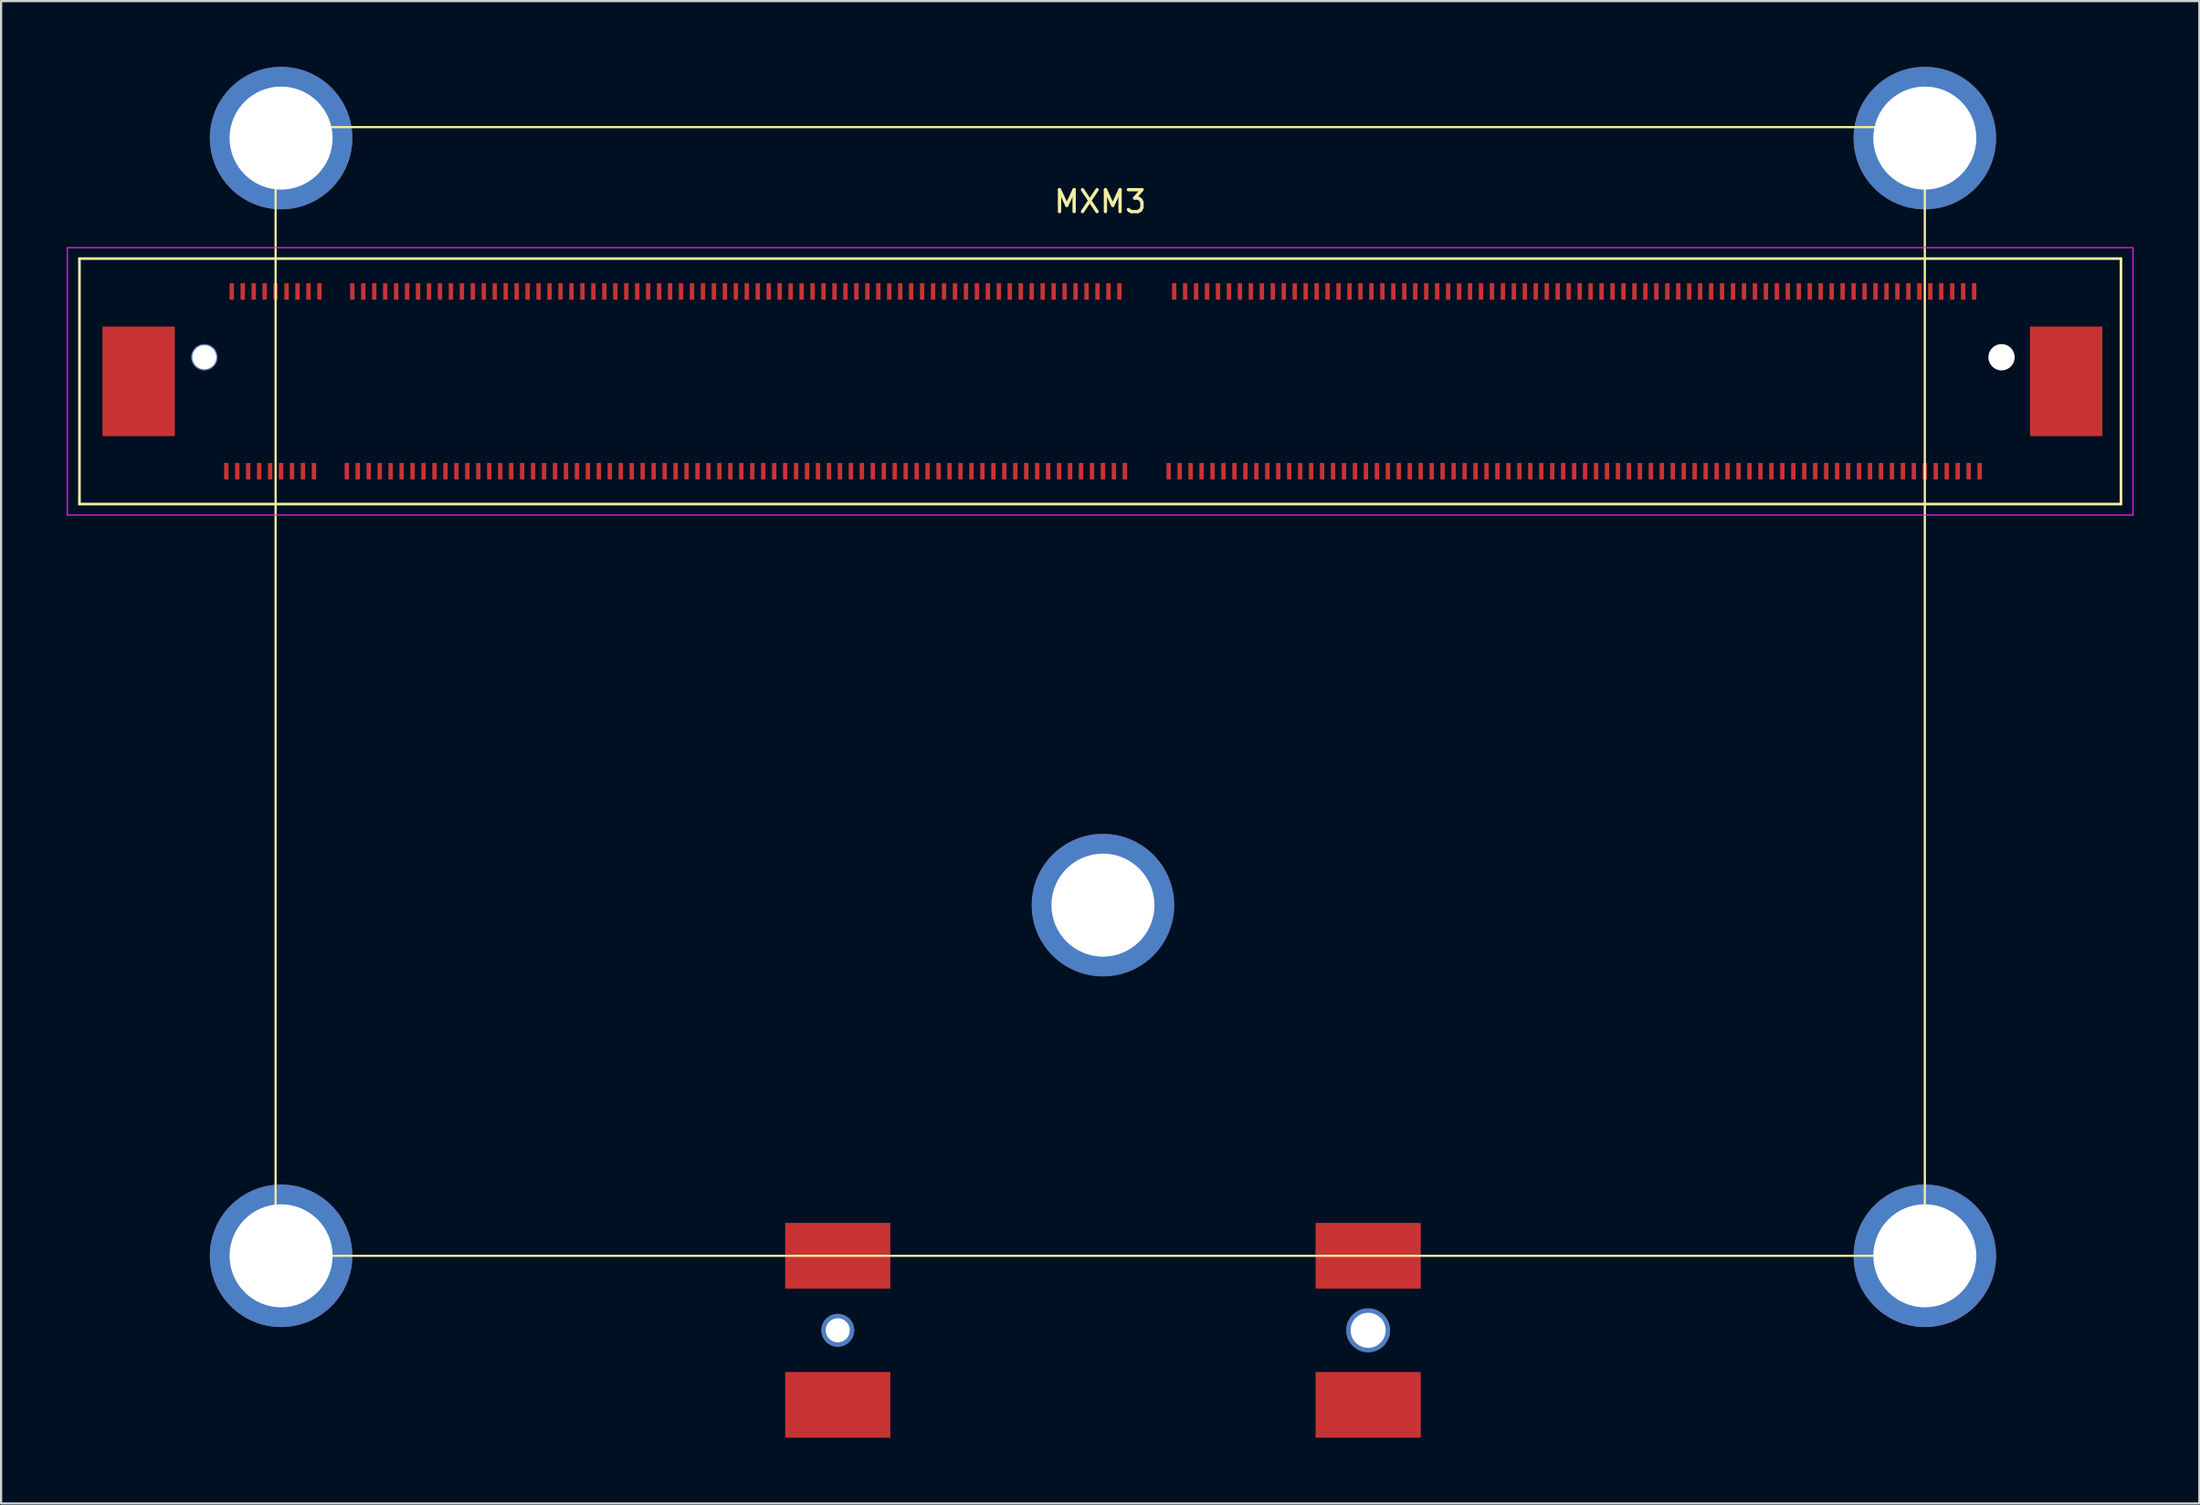
<source format=kicad_pcb>
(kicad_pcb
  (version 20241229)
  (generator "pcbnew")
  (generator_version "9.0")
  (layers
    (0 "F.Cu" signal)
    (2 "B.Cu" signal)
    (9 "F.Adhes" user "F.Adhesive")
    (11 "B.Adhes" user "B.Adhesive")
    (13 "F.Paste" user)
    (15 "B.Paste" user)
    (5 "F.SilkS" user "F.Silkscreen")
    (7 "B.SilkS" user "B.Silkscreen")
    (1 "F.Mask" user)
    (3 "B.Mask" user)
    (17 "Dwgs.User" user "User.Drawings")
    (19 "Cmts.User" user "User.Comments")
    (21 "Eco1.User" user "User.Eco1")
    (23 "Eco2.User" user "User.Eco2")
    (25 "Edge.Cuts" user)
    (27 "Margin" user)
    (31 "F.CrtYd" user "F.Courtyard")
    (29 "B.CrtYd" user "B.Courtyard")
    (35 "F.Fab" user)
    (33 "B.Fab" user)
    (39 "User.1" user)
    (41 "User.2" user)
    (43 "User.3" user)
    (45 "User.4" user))
  (footprint "MXM3"
    (layer "F.Cu")
    (at 7.025 10.25)
    (property "Reference" "MXM3" (at 40.125 -4.1 0) (layer "F.SilkS") (effects (font (size 1 1) (thickness 0.15))))
    (attr through_hole)
    (fp_line (start -6.45 -1.5) (end -6.45 9.7) (stroke (width 0.12) (type solid)) (layer "F.SilkS"))
    (fp_line (start -6.45 9.7) (end 86.7 9.7) (stroke (width 0.12) (type solid)) (layer "F.SilkS"))
    (fp_line (start 2.5 -7.5) (end 2.5 44) (stroke (width 0.1) (type solid)) (layer "F.SilkS"))
    (fp_line (start 2.75 44) (end 77.75 44) (stroke (width 0.1) (type solid)) (layer "F.SilkS"))
    (fp_line (start 77.75 -7.5) (end 2.5 -7.5) (stroke (width 0.1) (type solid)) (layer "F.SilkS"))
    (fp_line (start 77.75 44) (end 77.75 -7.5) (stroke (width 0.1) (type solid)) (layer "F.SilkS"))
    (fp_line (start 86.7 -1.5) (end -6.45 -1.5) (stroke (width 0.12) (type solid)) (layer "F.SilkS"))
    (fp_line (start 86.7 9.7) (end 86.7 -1.5) (stroke (width 0.12) (type solid)) (layer "F.SilkS"))
    (fp_line (start -7 -2) (end -7 10.2) (stroke (width 0.05) (type solid)) (layer "F.CrtYd"))
    (fp_line (start -7 10.2) (end 87.25 10.2) (stroke (width 0.05) (type solid)) (layer "F.CrtYd"))
    (fp_line (start 87.25 -2) (end -7 -2) (stroke (width 0.05) (type solid)) (layer "F.CrtYd"))
    (fp_line (start 87.25 10.2) (end 87.25 -2) (stroke (width 0.05) (type solid)) (layer "F.CrtYd"))
    (pad "" np_thru_hole circle (at -0.75 3) (size 1.2 1.2) (drill 1.1) (layers "*.Cu" "*.Mask"))
    (pad "" np_thru_hole circle (at 28.15 47.4) (size 1.5 1.5) (drill 1.1) (layers "*.Cu" "*.Mask"))
    (pad "" np_thru_hole circle (at 52.35 47.4) (size 2 2) (drill 1.6) (layers "*.Cu" "*.Mask"))
    (pad "" np_thru_hole circle (at 81.25 3) (size 1.2 1.2) (drill 1.6) (layers "*.Cu" "*.Mask"))
    (pad "0" smd rect (at -3.75 4.1) (size 3.3 5) (layers "F.Cu" "F.Mask" "F.Paste"))
    (pad "0" smd rect (at 84.2 4.1) (size 3.3 5) (layers "F.Cu" "F.Mask" "F.Paste"))
    (pad "1" smd rect (at 0.25 8.2) (size 0.2 0.75) (layers "F.Cu" "F.Mask" "F.Paste"))
    (pad "2" smd rect (at 0.5 0) (size 0.2 0.75) (layers "F.Cu" "F.Mask" "F.Paste"))
    (pad "3" smd rect (at 0.75 8.2) (size 0.2 0.75) (layers "F.Cu" "F.Mask" "F.Paste"))
    (pad "4" smd rect (at 1 0) (size 0.2 0.75) (layers "F.Cu" "F.Mask" "F.Paste"))
    (pad "5" smd rect (at 1.25 8.2) (size 0.2 0.75) (layers "F.Cu" "F.Mask" "F.Paste"))
    (pad "6" smd rect (at 1.5 0) (size 0.2 0.75) (layers "F.Cu" "F.Mask" "F.Paste"))
    (pad "7" smd rect (at 1.75 8.2) (size 0.2 0.75) (layers "F.Cu" "F.Mask" "F.Paste"))
    (pad "8" smd rect (at 2 0) (size 0.2 0.75) (layers "F.Cu" "F.Mask" "F.Paste"))
    (pad "9" smd rect (at 2.25 8.2) (size 0.2 0.75) (layers "F.Cu" "F.Mask" "F.Paste"))
    (pad "9" thru_hole circle (at 2.75 -7) (size 6.5 6.5) (drill 4.7) (layers "*.Cu" "*.Mask"))
    (pad "9" thru_hole circle (at 2.75 44) (size 6.5 6.5) (drill 4.7) (layers "*.Cu" "*.Mask"))
    (pad "9" thru_hole circle (at 40.25 28) (size 6.5 6.5) (drill 4.7) (layers "*.Cu" "*.Mask"))
    (pad "9" thru_hole circle (at 77.75 -7) (size 6.5 6.5) (drill 4.7) (layers "*.Cu" "*.Mask"))
    (pad "9" thru_hole circle (at 77.75 44) (size 6.5 6.5) (drill 4.7) (layers "*.Cu" "*.Mask"))
    (pad "10" smd rect (at 2.5 0) (size 0.2 0.75) (layers "F.Cu" "F.Mask" "F.Paste"))
    (pad "11" smd rect (at 2.75 8.2) (size 0.2 0.75) (layers "F.Cu" "F.Mask" "F.Paste"))
    (pad "12" smd rect (at 3 0) (size 0.2 0.75) (layers "F.Cu" "F.Mask" "F.Paste"))
    (pad "13" smd rect (at 3.25 8.2) (size 0.2 0.75) (layers "F.Cu" "F.Mask" "F.Paste"))
    (pad "14" smd rect (at 3.5 0) (size 0.2 0.75) (layers "F.Cu" "F.Mask" "F.Paste"))
    (pad "15" smd rect (at 3.75 8.2) (size 0.2 0.75) (layers "F.Cu" "F.Mask" "F.Paste"))
    (pad "16" smd rect (at 4 0) (size 0.2 0.75) (layers "F.Cu" "F.Mask" "F.Paste"))
    (pad "17" smd rect (at 4.25 8.2) (size 0.2 0.75) (layers "F.Cu" "F.Mask" "F.Paste"))
    (pad "18" smd rect (at 4.5 0) (size 0.2 0.75) (layers "F.Cu" "F.Mask" "F.Paste"))
    (pad "23" smd rect (at 5.75 8.2) (size 0.2 0.75) (layers "F.Cu" "F.Mask" "F.Paste"))
    (pad "24" smd rect (at 6 0) (size 0.2 0.75) (layers "F.Cu" "F.Mask" "F.Paste"))
    (pad "25" smd rect (at 6.25 8.2) (size 0.2 0.75) (layers "F.Cu" "F.Mask" "F.Paste"))
    (pad "26" smd rect (at 6.5 0) (size 0.2 0.75) (layers "F.Cu" "F.Mask" "F.Paste"))
    (pad "27" smd rect (at 6.75 8.2) (size 0.2 0.75) (layers "F.Cu" "F.Mask" "F.Paste"))
    (pad "28" smd rect (at 7 0) (size 0.2 0.75) (layers "F.Cu" "F.Mask" "F.Paste"))
    (pad "29" smd rect (at 7.25 8.2) (size 0.2 0.75) (layers "F.Cu" "F.Mask" "F.Paste"))
    (pad "30" smd rect (at 7.5 0) (size 0.2 0.75) (layers "F.Cu" "F.Mask" "F.Paste"))
    (pad "31" smd rect (at 7.75 8.2) (size 0.2 0.75) (layers "F.Cu" "F.Mask" "F.Paste"))
    (pad "32" smd rect (at 8 0) (size 0.2 0.75) (layers "F.Cu" "F.Mask" "F.Paste"))
    (pad "33" smd rect (at 8.25 8.2) (size 0.2 0.75) (layers "F.Cu" "F.Mask" "F.Paste"))
    (pad "34" smd rect (at 8.5 0) (size 0.2 0.75) (layers "F.Cu" "F.Mask" "F.Paste"))
    (pad "35" smd rect (at 8.75 8.2) (size 0.2 0.75) (layers "F.Cu" "F.Mask" "F.Paste"))
    (pad "36" smd rect (at 9 0) (size 0.2 0.75) (layers "F.Cu" "F.Mask" "F.Paste"))
    (pad "37" smd rect (at 9.25 8.2) (size 0.2 0.75) (layers "F.Cu" "F.Mask" "F.Paste"))
    (pad "38" smd rect (at 9.5 0) (size 0.2 0.75) (layers "F.Cu" "F.Mask" "F.Paste"))
    (pad "39" smd rect (at 9.75 8.2) (size 0.2 0.75) (layers "F.Cu" "F.Mask" "F.Paste"))
    (pad "40" smd rect (at 10 0) (size 0.2 0.75) (layers "F.Cu" "F.Mask" "F.Paste"))
    (pad "41" smd rect (at 10.25 8.2) (size 0.2 0.75) (layers "F.Cu" "F.Mask" "F.Paste"))
    (pad "42" smd rect (at 10.5 0) (size 0.2 0.75) (layers "F.Cu" "F.Mask" "F.Paste"))
    (pad "43" smd rect (at 10.75 8.2) (size 0.2 0.75) (layers "F.Cu" "F.Mask" "F.Paste"))
    (pad "44" smd rect (at 11 0) (size 0.2 0.75) (layers "F.Cu" "F.Mask" "F.Paste"))
    (pad "45" smd rect (at 11.25 8.2) (size 0.2 0.75) (layers "F.Cu" "F.Mask" "F.Paste"))
    (pad "46" smd rect (at 11.5 0) (size 0.2 0.75) (layers "F.Cu" "F.Mask" "F.Paste"))
    (pad "47" smd rect (at 11.75 8.2) (size 0.2 0.75) (layers "F.Cu" "F.Mask" "F.Paste"))
    (pad "48" smd rect (at 12 0) (size 0.2 0.75) (layers "F.Cu" "F.Mask" "F.Paste"))
    (pad "49" smd rect (at 12.25 8.2) (size 0.2 0.75) (layers "F.Cu" "F.Mask" "F.Paste"))
    (pad "50" smd rect (at 12.5 0) (size 0.2 0.75) (layers "F.Cu" "F.Mask" "F.Paste"))
    (pad "51" smd rect (at 12.75 8.2) (size 0.2 0.75) (layers "F.Cu" "F.Mask" "F.Paste"))
    (pad "52" smd rect (at 13 0) (size 0.2 0.75) (layers "F.Cu" "F.Mask" "F.Paste"))
    (pad "53" smd rect (at 13.25 8.2) (size 0.2 0.75) (layers "F.Cu" "F.Mask" "F.Paste"))
    (pad "54" smd rect (at 13.5 0) (size 0.2 0.75) (layers "F.Cu" "F.Mask" "F.Paste"))
    (pad "55" smd rect (at 13.75 8.2) (size 0.2 0.75) (layers "F.Cu" "F.Mask" "F.Paste"))
    (pad "56" smd rect (at 14 0) (size 0.2 0.75) (layers "F.Cu" "F.Mask" "F.Paste"))
    (pad "57" smd rect (at 14.25 8.2) (size 0.2 0.75) (layers "F.Cu" "F.Mask" "F.Paste"))
    (pad "58" smd rect (at 14.5 0) (size 0.2 0.75) (layers "F.Cu" "F.Mask" "F.Paste"))
    (pad "59" smd rect (at 14.75 8.2) (size 0.2 0.75) (layers "F.Cu" "F.Mask" "F.Paste"))
    (pad "60" smd rect (at 15 0) (size 0.2 0.75) (layers "F.Cu" "F.Mask" "F.Paste"))
    (pad "61" smd rect (at 15.25 8.2) (size 0.2 0.75) (layers "F.Cu" "F.Mask" "F.Paste"))
    (pad "62" smd rect (at 15.5 0) (size 0.2 0.75) (layers "F.Cu" "F.Mask" "F.Paste"))
    (pad "63" smd rect (at 15.75 8.2) (size 0.2 0.75) (layers "F.Cu" "F.Mask" "F.Paste"))
    (pad "64" smd rect (at 16 0) (size 0.2 0.75) (layers "F.Cu" "F.Mask" "F.Paste"))
    (pad "65" smd rect (at 16.25 8.2) (size 0.2 0.75) (layers "F.Cu" "F.Mask" "F.Paste"))
    (pad "66" smd rect (at 16.5 0) (size 0.2 0.75) (layers "F.Cu" "F.Mask" "F.Paste"))
    (pad "67" smd rect (at 16.75 8.2) (size 0.2 0.75) (layers "F.Cu" "F.Mask" "F.Paste"))
    (pad "68" smd rect (at 17 0) (size 0.2 0.75) (layers "F.Cu" "F.Mask" "F.Paste"))
    (pad "69" smd rect (at 17.25 8.2) (size 0.2 0.75) (layers "F.Cu" "F.Mask" "F.Paste"))
    (pad "70" smd rect (at 17.5 0) (size 0.2 0.75) (layers "F.Cu" "F.Mask" "F.Paste"))
    (pad "71" smd rect (at 17.75 8.2) (size 0.2 0.75) (layers "F.Cu" "F.Mask" "F.Paste"))
    (pad "72" smd rect (at 18 0) (size 0.2 0.75) (layers "F.Cu" "F.Mask" "F.Paste"))
    (pad "73" smd rect (at 18.25 8.2) (size 0.2 0.75) (layers "F.Cu" "F.Mask" "F.Paste"))
    (pad "74" smd rect (at 18.5 0) (size 0.2 0.75) (layers "F.Cu" "F.Mask" "F.Paste"))
    (pad "75" smd rect (at 18.75 8.2) (size 0.2 0.75) (layers "F.Cu" "F.Mask" "F.Paste"))
    (pad "76" smd rect (at 19 0) (size 0.2 0.75) (layers "F.Cu" "F.Mask" "F.Paste"))
    (pad "77" smd rect (at 19.25 8.2) (size 0.2 0.75) (layers "F.Cu" "F.Mask" "F.Paste"))
    (pad "78" smd rect (at 19.5 0) (size 0.2 0.75) (layers "F.Cu" "F.Mask" "F.Paste"))
    (pad "79" smd rect (at 19.75 8.2) (size 0.2 0.75) (layers "F.Cu" "F.Mask" "F.Paste"))
    (pad "80" smd rect (at 20 0) (size 0.2 0.75) (layers "F.Cu" "F.Mask" "F.Paste"))
    (pad "81" smd rect (at 20.25 8.2) (size 0.2 0.75) (layers "F.Cu" "F.Mask" "F.Paste"))
    (pad "82" smd rect (at 20.5 0) (size 0.2 0.75) (layers "F.Cu" "F.Mask" "F.Paste"))
    (pad "83" smd rect (at 20.75 8.2) (size 0.2 0.75) (layers "F.Cu" "F.Mask" "F.Paste"))
    (pad "84" smd rect (at 21 0) (size 0.2 0.75) (layers "F.Cu" "F.Mask" "F.Paste"))
    (pad "85" smd rect (at 21.25 8.2) (size 0.2 0.75) (layers "F.Cu" "F.Mask" "F.Paste"))
    (pad "86" smd rect (at 21.5 0) (size 0.2 0.75) (layers "F.Cu" "F.Mask" "F.Paste"))
    (pad "87" smd rect (at 21.75 8.2) (size 0.2 0.75) (layers "F.Cu" "F.Mask" "F.Paste"))
    (pad "88" smd rect (at 22 0) (size 0.2 0.75) (layers "F.Cu" "F.Mask" "F.Paste"))
    (pad "89" smd rect (at 22.25 8.2) (size 0.2 0.75) (layers "F.Cu" "F.Mask" "F.Paste"))
    (pad "90" smd rect (at 22.5 0) (size 0.2 0.75) (layers "F.Cu" "F.Mask" "F.Paste"))
    (pad "91" smd rect (at 22.75 8.2) (size 0.2 0.75) (layers "F.Cu" "F.Mask" "F.Paste"))
    (pad "92" smd rect (at 23 0) (size 0.2 0.75) (layers "F.Cu" "F.Mask" "F.Paste"))
    (pad "93" smd rect (at 23.25 8.2) (size 0.2 0.75) (layers "F.Cu" "F.Mask" "F.Paste"))
    (pad "94" smd rect (at 23.5 0) (size 0.2 0.75) (layers "F.Cu" "F.Mask" "F.Paste"))
    (pad "95" smd rect (at 23.75 8.2) (size 0.2 0.75) (layers "F.Cu" "F.Mask" "F.Paste"))
    (pad "96" smd rect (at 24 0) (size 0.2 0.75) (layers "F.Cu" "F.Mask" "F.Paste"))
    (pad "97" smd rect (at 24.25 8.2) (size 0.2 0.75) (layers "F.Cu" "F.Mask" "F.Paste"))
    (pad "98" smd rect (at 24.5 0) (size 0.2 0.75) (layers "F.Cu" "F.Mask" "F.Paste"))
    (pad "99" smd rect (at 24.75 8.2) (size 0.2 0.75) (layers "F.Cu" "F.Mask" "F.Paste"))
    (pad "100" smd rect (at 25 0) (size 0.2 0.75) (layers "F.Cu" "F.Mask" "F.Paste"))
    (pad "101" smd rect (at 25.25 8.2) (size 0.2 0.75) (layers "F.Cu" "F.Mask" "F.Paste"))
    (pad "102" smd rect (at 25.5 0) (size 0.2 0.75) (layers "F.Cu" "F.Mask" "F.Paste"))
    (pad "103" smd rect (at 25.75 8.2) (size 0.2 0.75) (layers "F.Cu" "F.Mask" "F.Paste"))
    (pad "104" smd rect (at 26 0) (size 0.2 0.75) (layers "F.Cu" "F.Mask" "F.Paste"))
    (pad "105" smd rect (at 26.25 8.2) (size 0.2 0.75) (layers "F.Cu" "F.Mask" "F.Paste"))
    (pad "106" smd rect (at 26.5 0) (size 0.2 0.75) (layers "F.Cu" "F.Mask" "F.Paste"))
    (pad "107" smd rect (at 26.75 8.2) (size 0.2 0.75) (layers "F.Cu" "F.Mask" "F.Paste"))
    (pad "108" smd rect (at 27 0) (size 0.2 0.75) (layers "F.Cu" "F.Mask" "F.Paste"))
    (pad "109" smd rect (at 27.25 8.2) (size 0.2 0.75) (layers "F.Cu" "F.Mask" "F.Paste"))
    (pad "110" smd rect (at 27.5 0) (size 0.2 0.75) (layers "F.Cu" "F.Mask" "F.Paste"))
    (pad "111" smd rect (at 27.75 8.2) (size 0.2 0.75) (layers "F.Cu" "F.Mask" "F.Paste"))
    (pad "112" smd rect (at 28 0) (size 0.2 0.75) (layers "F.Cu" "F.Mask" "F.Paste"))
    (pad "113" smd rect (at 28.25 8.2) (size 0.2 0.75) (layers "F.Cu" "F.Mask" "F.Paste"))
    (pad "114" smd rect (at 28.5 0) (size 0.2 0.75) (layers "F.Cu" "F.Mask" "F.Paste"))
    (pad "115" smd rect (at 28.75 8.2) (size 0.2 0.75) (layers "F.Cu" "F.Mask" "F.Paste"))
    (pad "116" smd rect (at 29 0) (size 0.2 0.75) (layers "F.Cu" "F.Mask" "F.Paste"))
    (pad "117" smd rect (at 29.25 8.2) (size 0.2 0.75) (layers "F.Cu" "F.Mask" "F.Paste"))
    (pad "118" smd rect (at 29.5 0) (size 0.2 0.75) (layers "F.Cu" "F.Mask" "F.Paste"))
    (pad "119" smd rect (at 29.75 8.2) (size 0.2 0.75) (layers "F.Cu" "F.Mask" "F.Paste"))
    (pad "120" smd rect (at 30 0) (size 0.2 0.75) (layers "F.Cu" "F.Mask" "F.Paste"))
    (pad "121" smd rect (at 30.25 8.2) (size 0.2 0.75) (layers "F.Cu" "F.Mask" "F.Paste"))
    (pad "122" smd rect (at 30.5 0) (size 0.2 0.75) (layers "F.Cu" "F.Mask" "F.Paste"))
    (pad "123" smd rect (at 30.75 8.2) (size 0.2 0.75) (layers "F.Cu" "F.Mask" "F.Paste"))
    (pad "124" smd rect (at 31 0) (size 0.2 0.75) (layers "F.Cu" "F.Mask" "F.Paste"))
    (pad "125" smd rect (at 31.25 8.2) (size 0.2 0.75) (layers "F.Cu" "F.Mask" "F.Paste"))
    (pad "126" smd rect (at 31.5 0) (size 0.2 0.75) (layers "F.Cu" "F.Mask" "F.Paste"))
    (pad "127" smd rect (at 31.75 8.2) (size 0.2 0.75) (layers "F.Cu" "F.Mask" "F.Paste"))
    (pad "128" smd rect (at 32 0) (size 0.2 0.75) (layers "F.Cu" "F.Mask" "F.Paste"))
    (pad "129" smd rect (at 32.25 8.2) (size 0.2 0.75) (layers "F.Cu" "F.Mask" "F.Paste"))
    (pad "130" smd rect (at 32.5 0) (size 0.2 0.75) (layers "F.Cu" "F.Mask" "F.Paste"))
    (pad "131" smd rect (at 32.75 8.2) (size 0.2 0.75) (layers "F.Cu" "F.Mask" "F.Paste"))
    (pad "132" smd rect (at 33 0) (size 0.2 0.75) (layers "F.Cu" "F.Mask" "F.Paste"))
    (pad "133" smd rect (at 33.25 8.2) (size 0.2 0.75) (layers "F.Cu" "F.Mask" "F.Paste"))
    (pad "134" smd rect (at 33.5 0) (size 0.2 0.75) (layers "F.Cu" "F.Mask" "F.Paste"))
    (pad "135" smd rect (at 33.75 8.2) (size 0.2 0.75) (layers "F.Cu" "F.Mask" "F.Paste"))
    (pad "136" smd rect (at 34 0) (size 0.2 0.75) (layers "F.Cu" "F.Mask" "F.Paste"))
    (pad "137" smd rect (at 34.25 8.2) (size 0.2 0.75) (layers "F.Cu" "F.Mask" "F.Paste"))
    (pad "138" smd rect (at 34.5 0) (size 0.2 0.75) (layers "F.Cu" "F.Mask" "F.Paste"))
    (pad "139" smd rect (at 34.75 8.2) (size 0.2 0.75) (layers "F.Cu" "F.Mask" "F.Paste"))
    (pad "140" smd rect (at 35 0) (size 0.2 0.75) (layers "F.Cu" "F.Mask" "F.Paste"))
    (pad "141" smd rect (at 35.25 8.2) (size 0.2 0.75) (layers "F.Cu" "F.Mask" "F.Paste"))
    (pad "142" smd rect (at 35.5 0) (size 0.2 0.75) (layers "F.Cu" "F.Mask" "F.Paste"))
    (pad "143" smd rect (at 35.75 8.2) (size 0.2 0.75) (layers "F.Cu" "F.Mask" "F.Paste"))
    (pad "144" smd rect (at 36 0) (size 0.2 0.75) (layers "F.Cu" "F.Mask" "F.Paste"))
    (pad "145" smd rect (at 36.25 8.2) (size 0.2 0.75) (layers "F.Cu" "F.Mask" "F.Paste"))
    (pad "146" smd rect (at 36.5 0) (size 0.2 0.75) (layers "F.Cu" "F.Mask" "F.Paste"))
    (pad "147" smd rect (at 36.75 8.2) (size 0.2 0.75) (layers "F.Cu" "F.Mask" "F.Paste"))
    (pad "148" smd rect (at 37 0) (size 0.2 0.75) (layers "F.Cu" "F.Mask" "F.Paste"))
    (pad "149" smd rect (at 37.25 8.2) (size 0.2 0.75) (layers "F.Cu" "F.Mask" "F.Paste"))
    (pad "150" smd rect (at 37.5 0) (size 0.2 0.75) (layers "F.Cu" "F.Mask" "F.Paste"))
    (pad "151" smd rect (at 37.75 8.2) (size 0.2 0.75) (layers "F.Cu" "F.Mask" "F.Paste"))
    (pad "152" smd rect (at 38 0) (size 0.2 0.75) (layers "F.Cu" "F.Mask" "F.Paste"))
    (pad "153" smd rect (at 38.25 8.2) (size 0.2 0.75) (layers "F.Cu" "F.Mask" "F.Paste"))
    (pad "154" smd rect (at 38.5 0) (size 0.2 0.75) (layers "F.Cu" "F.Mask" "F.Paste"))
    (pad "155" smd rect (at 38.75 8.2) (size 0.2 0.75) (layers "F.Cu" "F.Mask" "F.Paste"))
    (pad "156" smd rect (at 39 0) (size 0.2 0.75) (layers "F.Cu" "F.Mask" "F.Paste"))
    (pad "157" smd rect (at 39.25 8.2) (size 0.2 0.75) (layers "F.Cu" "F.Mask" "F.Paste"))
    (pad "158" smd rect (at 39.5 0) (size 0.2 0.75) (layers "F.Cu" "F.Mask" "F.Paste"))
    (pad "159" smd rect (at 39.75 8.2) (size 0.2 0.75) (layers "F.Cu" "F.Mask" "F.Paste"))
    (pad "160" smd rect (at 40 0) (size 0.2 0.75) (layers "F.Cu" "F.Mask" "F.Paste"))
    (pad "161" smd rect (at 40.25 8.2) (size 0.2 0.75) (layers "F.Cu" "F.Mask" "F.Paste"))
    (pad "162" smd rect (at 40.5 0) (size 0.2 0.75) (layers "F.Cu" "F.Mask" "F.Paste"))
    (pad "163" smd rect (at 40.75 8.2) (size 0.2 0.75) (layers "F.Cu" "F.Mask" "F.Paste"))
    (pad "164" smd rect (at 41 0) (size 0.2 0.75) (layers "F.Cu" "F.Mask" "F.Paste"))
    (pad "165" smd rect (at 41.25 8.2) (size 0.2 0.75) (layers "F.Cu" "F.Mask" "F.Paste"))
    (pad "167" smd rect (at 52.35 44) (size 4.8 3) (layers "F.Cu" "F.Mask" "F.Paste"))
    (pad "168" smd rect (at 28.15 50.8) (size 4.8 3) (layers "F.Cu" "F.Mask" "F.Paste"))
    (pad "169" smd rect (at 28.15 44) (size 4.8 3) (layers "F.Cu" "F.Mask" "F.Paste"))
    (pad "170" smd rect (at 52.35 50.8) (size 4.8 3) (layers "F.Cu" "F.Mask" "F.Paste"))
    (pad "173" smd rect (at 43.25 8.2) (size 0.2 0.75) (layers "F.Cu" "F.Mask" "F.Paste"))
    (pad "174" smd rect (at 43.5 0) (size 0.2 0.75) (layers "F.Cu" "F.Mask" "F.Paste"))
    (pad "175" smd rect (at 43.75 8.2) (size 0.2 0.75) (layers "F.Cu" "F.Mask" "F.Paste"))
    (pad "176" smd rect (at 44 0) (size 0.2 0.75) (layers "F.Cu" "F.Mask" "F.Paste"))
    (pad "177" smd rect (at 44.25 8.2) (size 0.2 0.75) (layers "F.Cu" "F.Mask" "F.Paste"))
    (pad "178" smd rect (at 44.5 0) (size 0.2 0.75) (layers "F.Cu" "F.Mask" "F.Paste"))
    (pad "179" smd rect (at 44.75 8.2) (size 0.2 0.75) (layers "F.Cu" "F.Mask" "F.Paste"))
    (pad "180" smd rect (at 45 0) (size 0.2 0.75) (layers "F.Cu" "F.Mask" "F.Paste"))
    (pad "181" smd rect (at 45.25 8.2) (size 0.2 0.75) (layers "F.Cu" "F.Mask" "F.Paste"))
    (pad "182" smd rect (at 45.5 0) (size 0.2 0.75) (layers "F.Cu" "F.Mask" "F.Paste"))
    (pad "183" smd rect (at 45.75 8.2) (size 0.2 0.75) (layers "F.Cu" "F.Mask" "F.Paste"))
    (pad "184" smd rect (at 46 0) (size 0.2 0.75) (layers "F.Cu" "F.Mask" "F.Paste"))
    (pad "185" smd rect (at 46.25 8.2) (size 0.2 0.75) (layers "F.Cu" "F.Mask" "F.Paste"))
    (pad "186" smd rect (at 46.5 0) (size 0.2 0.75) (layers "F.Cu" "F.Mask" "F.Paste"))
    (pad "187" smd rect (at 46.75 8.2) (size 0.2 0.75) (layers "F.Cu" "F.Mask" "F.Paste"))
    (pad "188" smd rect (at 47 0) (size 0.2 0.75) (layers "F.Cu" "F.Mask" "F.Paste"))
    (pad "189" smd rect (at 47.25 8.2) (size 0.2 0.75) (layers "F.Cu" "F.Mask" "F.Paste"))
    (pad "190" smd rect (at 47.5 0) (size 0.2 0.75) (layers "F.Cu" "F.Mask" "F.Paste"))
    (pad "191" smd rect (at 47.75 8.2) (size 0.2 0.75) (layers "F.Cu" "F.Mask" "F.Paste"))
    (pad "192" smd rect (at 48 0) (size 0.2 0.75) (layers "F.Cu" "F.Mask" "F.Paste"))
    (pad "193" smd rect (at 48.25 8.2) (size 0.2 0.75) (layers "F.Cu" "F.Mask" "F.Paste"))
    (pad "194" smd rect (at 48.5 0) (size 0.2 0.75) (layers "F.Cu" "F.Mask" "F.Paste"))
    (pad "195" smd rect (at 48.75 8.2) (size 0.2 0.75) (layers "F.Cu" "F.Mask" "F.Paste"))
    (pad "196" smd rect (at 49 0) (size 0.2 0.75) (layers "F.Cu" "F.Mask" "F.Paste"))
    (pad "197" smd rect (at 49.25 8.2) (size 0.2 0.75) (layers "F.Cu" "F.Mask" "F.Paste"))
    (pad "198" smd rect (at 49.5 0) (size 0.2 0.75) (layers "F.Cu" "F.Mask" "F.Paste"))
    (pad "199" smd rect (at 49.75 8.2) (size 0.2 0.75) (layers "F.Cu" "F.Mask" "F.Paste"))
    (pad "200" smd rect (at 50 0) (size 0.2 0.75) (layers "F.Cu" "F.Mask" "F.Paste"))
    (pad "201" smd rect (at 50.25 8.2) (size 0.2 0.75) (layers "F.Cu" "F.Mask" "F.Paste"))
    (pad "202" smd rect (at 50.5 0) (size 0.2 0.75) (layers "F.Cu" "F.Mask" "F.Paste"))
    (pad "203" smd rect (at 50.75 8.2) (size 0.2 0.75) (layers "F.Cu" "F.Mask" "F.Paste"))
    (pad "204" smd rect (at 51 0) (size 0.2 0.75) (layers "F.Cu" "F.Mask" "F.Paste"))
    (pad "205" smd rect (at 51.25 8.2) (size 0.2 0.75) (layers "F.Cu" "F.Mask" "F.Paste"))
    (pad "206" smd rect (at 51.5 0) (size 0.2 0.75) (layers "F.Cu" "F.Mask" "F.Paste"))
    (pad "207" smd rect (at 51.75 8.2) (size 0.2 0.75) (layers "F.Cu" "F.Mask" "F.Paste"))
    (pad "208" smd rect (at 52 0) (size 0.2 0.75) (layers "F.Cu" "F.Mask" "F.Paste"))
    (pad "209" smd rect (at 52.25 8.2) (size 0.2 0.75) (layers "F.Cu" "F.Mask" "F.Paste"))
    (pad "210" smd rect (at 52.5 0) (size 0.2 0.75) (layers "F.Cu" "F.Mask" "F.Paste"))
    (pad "211" smd rect (at 52.75 8.2) (size 0.2 0.75) (layers "F.Cu" "F.Mask" "F.Paste"))
    (pad "212" smd rect (at 53 0) (size 0.2 0.75) (layers "F.Cu" "F.Mask" "F.Paste"))
    (pad "213" smd rect (at 53.25 8.2) (size 0.2 0.75) (layers "F.Cu" "F.Mask" "F.Paste"))
    (pad "214" smd rect (at 53.5 0) (size 0.2 0.75) (layers "F.Cu" "F.Mask" "F.Paste"))
    (pad "215" smd rect (at 53.75 8.2) (size 0.2 0.75) (layers "F.Cu" "F.Mask" "F.Paste"))
    (pad "216" smd rect (at 54 0) (size 0.2 0.75) (layers "F.Cu" "F.Mask" "F.Paste"))
    (pad "217" smd rect (at 54.25 8.2) (size 0.2 0.75) (layers "F.Cu" "F.Mask" "F.Paste"))
    (pad "218" smd rect (at 54.5 0) (size 0.2 0.75) (layers "F.Cu" "F.Mask" "F.Paste"))
    (pad "219" smd rect (at 54.75 8.2) (size 0.2 0.75) (layers "F.Cu" "F.Mask" "F.Paste"))
    (pad "220" smd rect (at 55 0) (size 0.2 0.75) (layers "F.Cu" "F.Mask" "F.Paste"))
    (pad "221" smd rect (at 55.25 8.2) (size 0.2 0.75) (layers "F.Cu" "F.Mask" "F.Paste"))
    (pad "222" smd rect (at 55.5 0) (size 0.2 0.75) (layers "F.Cu" "F.Mask" "F.Paste"))
    (pad "223" smd rect (at 55.75 8.2) (size 0.2 0.75) (layers "F.Cu" "F.Mask" "F.Paste"))
    (pad "224" smd rect (at 56 0) (size 0.2 0.75) (layers "F.Cu" "F.Mask" "F.Paste"))
    (pad "225" smd rect (at 56.25 8.2) (size 0.2 0.75) (layers "F.Cu" "F.Mask" "F.Paste"))
    (pad "226" smd rect (at 56.5 0) (size 0.2 0.75) (layers "F.Cu" "F.Mask" "F.Paste"))
    (pad "227" smd rect (at 56.75 8.2) (size 0.2 0.75) (layers "F.Cu" "F.Mask" "F.Paste"))
    (pad "228" smd rect (at 57 0) (size 0.2 0.75) (layers "F.Cu" "F.Mask" "F.Paste"))
    (pad "229" smd rect (at 57.25 8.2) (size 0.2 0.75) (layers "F.Cu" "F.Mask" "F.Paste"))
    (pad "230" smd rect (at 57.5 0) (size 0.2 0.75) (layers "F.Cu" "F.Mask" "F.Paste"))
    (pad "231" smd rect (at 57.75 8.2) (size 0.2 0.75) (layers "F.Cu" "F.Mask" "F.Paste"))
    (pad "232" smd rect (at 58 0) (size 0.2 0.75) (layers "F.Cu" "F.Mask" "F.Paste"))
    (pad "233" smd rect (at 58.25 8.2) (size 0.2 0.75) (layers "F.Cu" "F.Mask" "F.Paste"))
    (pad "234" smd rect (at 58.5 0) (size 0.2 0.75) (layers "F.Cu" "F.Mask" "F.Paste"))
    (pad "235" smd rect (at 58.75 8.2) (size 0.2 0.75) (layers "F.Cu" "F.Mask" "F.Paste"))
    (pad "236" smd rect (at 59 0) (size 0.2 0.75) (layers "F.Cu" "F.Mask" "F.Paste"))
    (pad "237" smd rect (at 59.25 8.2) (size 0.2 0.75) (layers "F.Cu" "F.Mask" "F.Paste"))
    (pad "238" smd rect (at 59.5 0) (size 0.2 0.75) (layers "F.Cu" "F.Mask" "F.Paste"))
    (pad "239" smd rect (at 59.75 8.2) (size 0.2 0.75) (layers "F.Cu" "F.Mask" "F.Paste"))
    (pad "240" smd rect (at 60 0) (size 0.2 0.75) (layers "F.Cu" "F.Mask" "F.Paste"))
    (pad "241" smd rect (at 60.25 8.2) (size 0.2 0.75) (layers "F.Cu" "F.Mask" "F.Paste"))
    (pad "242" smd rect (at 60.5 0) (size 0.2 0.75) (layers "F.Cu" "F.Mask" "F.Paste"))
    (pad "243" smd rect (at 60.75 8.2) (size 0.2 0.75) (layers "F.Cu" "F.Mask" "F.Paste"))
    (pad "244" smd rect (at 61 0) (size 0.2 0.75) (layers "F.Cu" "F.Mask" "F.Paste"))
    (pad "245" smd rect (at 61.25 8.2) (size 0.2 0.75) (layers "F.Cu" "F.Mask" "F.Paste"))
    (pad "246" smd rect (at 61.5 0) (size 0.2 0.75) (layers "F.Cu" "F.Mask" "F.Paste"))
    (pad "247" smd rect (at 61.75 8.2) (size 0.2 0.75) (layers "F.Cu" "F.Mask" "F.Paste"))
    (pad "248" smd rect (at 62 0) (size 0.2 0.75) (layers "F.Cu" "F.Mask" "F.Paste"))
    (pad "249" smd rect (at 62.25 8.2) (size 0.2 0.75) (layers "F.Cu" "F.Mask" "F.Paste"))
    (pad "250" smd rect (at 62.5 0) (size 0.2 0.75) (layers "F.Cu" "F.Mask" "F.Paste"))
    (pad "251" smd rect (at 62.75 8.2) (size 0.2 0.75) (layers "F.Cu" "F.Mask" "F.Paste"))
    (pad "252" smd rect (at 63 0) (size 0.2 0.75) (layers "F.Cu" "F.Mask" "F.Paste"))
    (pad "253" smd rect (at 63.25 8.2) (size 0.2 0.75) (layers "F.Cu" "F.Mask" "F.Paste"))
    (pad "254" smd rect (at 63.5 0) (size 0.2 0.75) (layers "F.Cu" "F.Mask" "F.Paste"))
    (pad "255" smd rect (at 63.75 8.2) (size 0.2 0.75) (layers "F.Cu" "F.Mask" "F.Paste"))
    (pad "256" smd rect (at 64 0) (size 0.2 0.75) (layers "F.Cu" "F.Mask" "F.Paste"))
    (pad "257" smd rect (at 64.25 8.2) (size 0.2 0.75) (layers "F.Cu" "F.Mask" "F.Paste"))
    (pad "258" smd rect (at 64.5 0) (size 0.2 0.75) (layers "F.Cu" "F.Mask" "F.Paste"))
    (pad "259" smd rect (at 64.75 8.2) (size 0.2 0.75) (layers "F.Cu" "F.Mask" "F.Paste"))
    (pad "260" smd rect (at 65 0) (size 0.2 0.75) (layers "F.Cu" "F.Mask" "F.Paste"))
    (pad "261" smd rect (at 65.25 8.2) (size 0.2 0.75) (layers "F.Cu" "F.Mask" "F.Paste"))
    (pad "262" smd rect (at 65.5 0) (size 0.2 0.75) (layers "F.Cu" "F.Mask" "F.Paste"))
    (pad "263" smd rect (at 65.75 8.2) (size 0.2 0.75) (layers "F.Cu" "F.Mask" "F.Paste"))
    (pad "264" smd rect (at 66 0) (size 0.2 0.75) (layers "F.Cu" "F.Mask" "F.Paste"))
    (pad "265" smd rect (at 66.25 8.2) (size 0.2 0.75) (layers "F.Cu" "F.Mask" "F.Paste"))
    (pad "266" smd rect (at 66.5 0) (size 0.2 0.75) (layers "F.Cu" "F.Mask" "F.Paste"))
    (pad "267" smd rect (at 66.75 8.2) (size 0.2 0.75) (layers "F.Cu" "F.Mask" "F.Paste"))
    (pad "268" smd rect (at 67 0) (size 0.2 0.75) (layers "F.Cu" "F.Mask" "F.Paste"))
    (pad "269" smd rect (at 67.25 8.2) (size 0.2 0.75) (layers "F.Cu" "F.Mask" "F.Paste"))
    (pad "270" smd rect (at 67.5 0) (size 0.2 0.75) (layers "F.Cu" "F.Mask" "F.Paste"))
    (pad "271" smd rect (at 67.75 8.2) (size 0.2 0.75) (layers "F.Cu" "F.Mask" "F.Paste"))
    (pad "272" smd rect (at 68 0) (size 0.2 0.75) (layers "F.Cu" "F.Mask" "F.Paste"))
    (pad "273" smd rect (at 68.25 8.2) (size 0.2 0.75) (layers "F.Cu" "F.Mask" "F.Paste"))
    (pad "274" smd rect (at 68.5 0) (size 0.2 0.75) (layers "F.Cu" "F.Mask" "F.Paste"))
    (pad "275" smd rect (at 68.75 8.2) (size 0.2 0.75) (layers "F.Cu" "F.Mask" "F.Paste"))
    (pad "276" smd rect (at 69 0) (size 0.2 0.75) (layers "F.Cu" "F.Mask" "F.Paste"))
    (pad "277" smd rect (at 69.25 8.2) (size 0.2 0.75) (layers "F.Cu" "F.Mask" "F.Paste"))
    (pad "278" smd rect (at 69.5 0) (size 0.2 0.75) (layers "F.Cu" "F.Mask" "F.Paste"))
    (pad "279" smd rect (at 69.75 8.2) (size 0.2 0.75) (layers "F.Cu" "F.Mask" "F.Paste"))
    (pad "280" smd rect (at 70 0) (size 0.2 0.75) (layers "F.Cu" "F.Mask" "F.Paste"))
    (pad "281" smd rect (at 70.25 8.2) (size 0.2 0.75) (layers "F.Cu" "F.Mask" "F.Paste"))
    (pad "282" smd rect (at 70.5 0) (size 0.2 0.75) (layers "F.Cu" "F.Mask" "F.Paste"))
    (pad "283" smd rect (at 70.75 8.2) (size 0.2 0.75) (layers "F.Cu" "F.Mask" "F.Paste"))
    (pad "284" smd rect (at 71 0) (size 0.2 0.75) (layers "F.Cu" "F.Mask" "F.Paste"))
    (pad "285" smd rect (at 71.25 8.2) (size 0.2 0.75) (layers "F.Cu" "F.Mask" "F.Paste"))
    (pad "286" smd rect (at 71.5 0) (size 0.2 0.75) (layers "F.Cu" "F.Mask" "F.Paste"))
    (pad "287" smd rect (at 71.75 8.2) (size 0.2 0.75) (layers "F.Cu" "F.Mask" "F.Paste"))
    (pad "288" smd rect (at 72 0) (size 0.2 0.75) (layers "F.Cu" "F.Mask" "F.Paste"))
    (pad "289" smd rect (at 72.25 8.2) (size 0.2 0.75) (layers "F.Cu" "F.Mask" "F.Paste"))
    (pad "290" smd rect (at 72.5 0) (size 0.2 0.75) (layers "F.Cu" "F.Mask" "F.Paste"))
    (pad "291" smd rect (at 72.75 8.2) (size 0.2 0.75) (layers "F.Cu" "F.Mask" "F.Paste"))
    (pad "292" smd rect (at 73 0) (size 0.2 0.75) (layers "F.Cu" "F.Mask" "F.Paste"))
    (pad "293" smd rect (at 73.25 8.2) (size 0.2 0.75) (layers "F.Cu" "F.Mask" "F.Paste"))
    (pad "294" smd rect (at 73.5 0) (size 0.2 0.75) (layers "F.Cu" "F.Mask" "F.Paste"))
    (pad "295" smd rect (at 73.75 8.2) (size 0.2 0.75) (layers "F.Cu" "F.Mask" "F.Paste"))
    (pad "296" smd rect (at 74 0) (size 0.2 0.75) (layers "F.Cu" "F.Mask" "F.Paste"))
    (pad "297" smd rect (at 74.25 8.2) (size 0.2 0.75) (layers "F.Cu" "F.Mask" "F.Paste"))
    (pad "298" smd rect (at 74.5 0) (size 0.2 0.75) (layers "F.Cu" "F.Mask" "F.Paste"))
    (pad "299" smd rect (at 74.75 8.2) (size 0.2 0.75) (layers "F.Cu" "F.Mask" "F.Paste"))
    (pad "300" smd rect (at 75 0) (size 0.2 0.75) (layers "F.Cu" "F.Mask" "F.Paste"))
    (pad "301" smd rect (at 75.25 8.2) (size 0.2 0.75) (layers "F.Cu" "F.Mask" "F.Paste"))
    (pad "302" smd rect (at 75.5 0) (size 0.2 0.75) (layers "F.Cu" "F.Mask" "F.Paste"))
    (pad "303" smd rect (at 75.75 8.2) (size 0.2 0.75) (layers "F.Cu" "F.Mask" "F.Paste"))
    (pad "304" smd rect (at 76 0) (size 0.2 0.75) (layers "F.Cu" "F.Mask" "F.Paste"))
    (pad "305" smd rect (at 76.25 8.2) (size 0.2 0.75) (layers "F.Cu" "F.Mask" "F.Paste"))
    (pad "306" smd rect (at 76.5 0) (size 0.2 0.75) (layers "F.Cu" "F.Mask" "F.Paste"))
    (pad "307" smd rect (at 76.75 8.2) (size 0.2 0.75) (layers "F.Cu" "F.Mask" "F.Paste"))
    (pad "308" smd rect (at 77 0) (size 0.2 0.75) (layers "F.Cu" "F.Mask" "F.Paste"))
    (pad "309" smd rect (at 77.25 8.2) (size 0.2 0.75) (layers "F.Cu" "F.Mask" "F.Paste"))
    (pad "310" smd rect (at 77.5 0) (size 0.2 0.75) (layers "F.Cu" "F.Mask" "F.Paste"))
    (pad "311" smd rect (at 77.75 8.2) (size 0.2 0.75) (layers "F.Cu" "F.Mask" "F.Paste"))
    (pad "312" smd rect (at 78 0) (size 0.2 0.75) (layers "F.Cu" "F.Mask" "F.Paste"))
    (pad "313" smd rect (at 78.25 8.2) (size 0.2 0.75) (layers "F.Cu" "F.Mask" "F.Paste"))
    (pad "314" smd rect (at 78.5 0) (size 0.2 0.75) (layers "F.Cu" "F.Mask" "F.Paste"))
    (pad "315" smd rect (at 78.75 8.2) (size 0.2 0.75) (layers "F.Cu" "F.Mask" "F.Paste"))
    (pad "316" smd rect (at 79 0) (size 0.2 0.75) (layers "F.Cu" "F.Mask" "F.Paste"))
    (pad "317" smd rect (at 79.25 8.2) (size 0.2 0.75) (layers "F.Cu" "F.Mask" "F.Paste"))
    (pad "318" smd rect (at 79.5 0) (size 0.2 0.75) (layers "F.Cu" "F.Mask" "F.Paste"))
    (pad "319" smd rect (at 79.75 8.2) (size 0.2 0.75) (layers "F.Cu" "F.Mask" "F.Paste"))
    (pad "320" smd rect (at 80 0) (size 0.2 0.75) (layers "F.Cu" "F.Mask" "F.Paste"))
    (pad "321" smd rect (at 80.25 8.2) (size 0.2 0.75) (layers "F.Cu" "F.Mask" "F.Paste")))
  (gr_rect
    (start -3 -3)
    (end 97.3 65.55)
    (stroke (width 0.1) (type default))
    (fill no)
    (layer "Edge.Cuts")))
</source>
